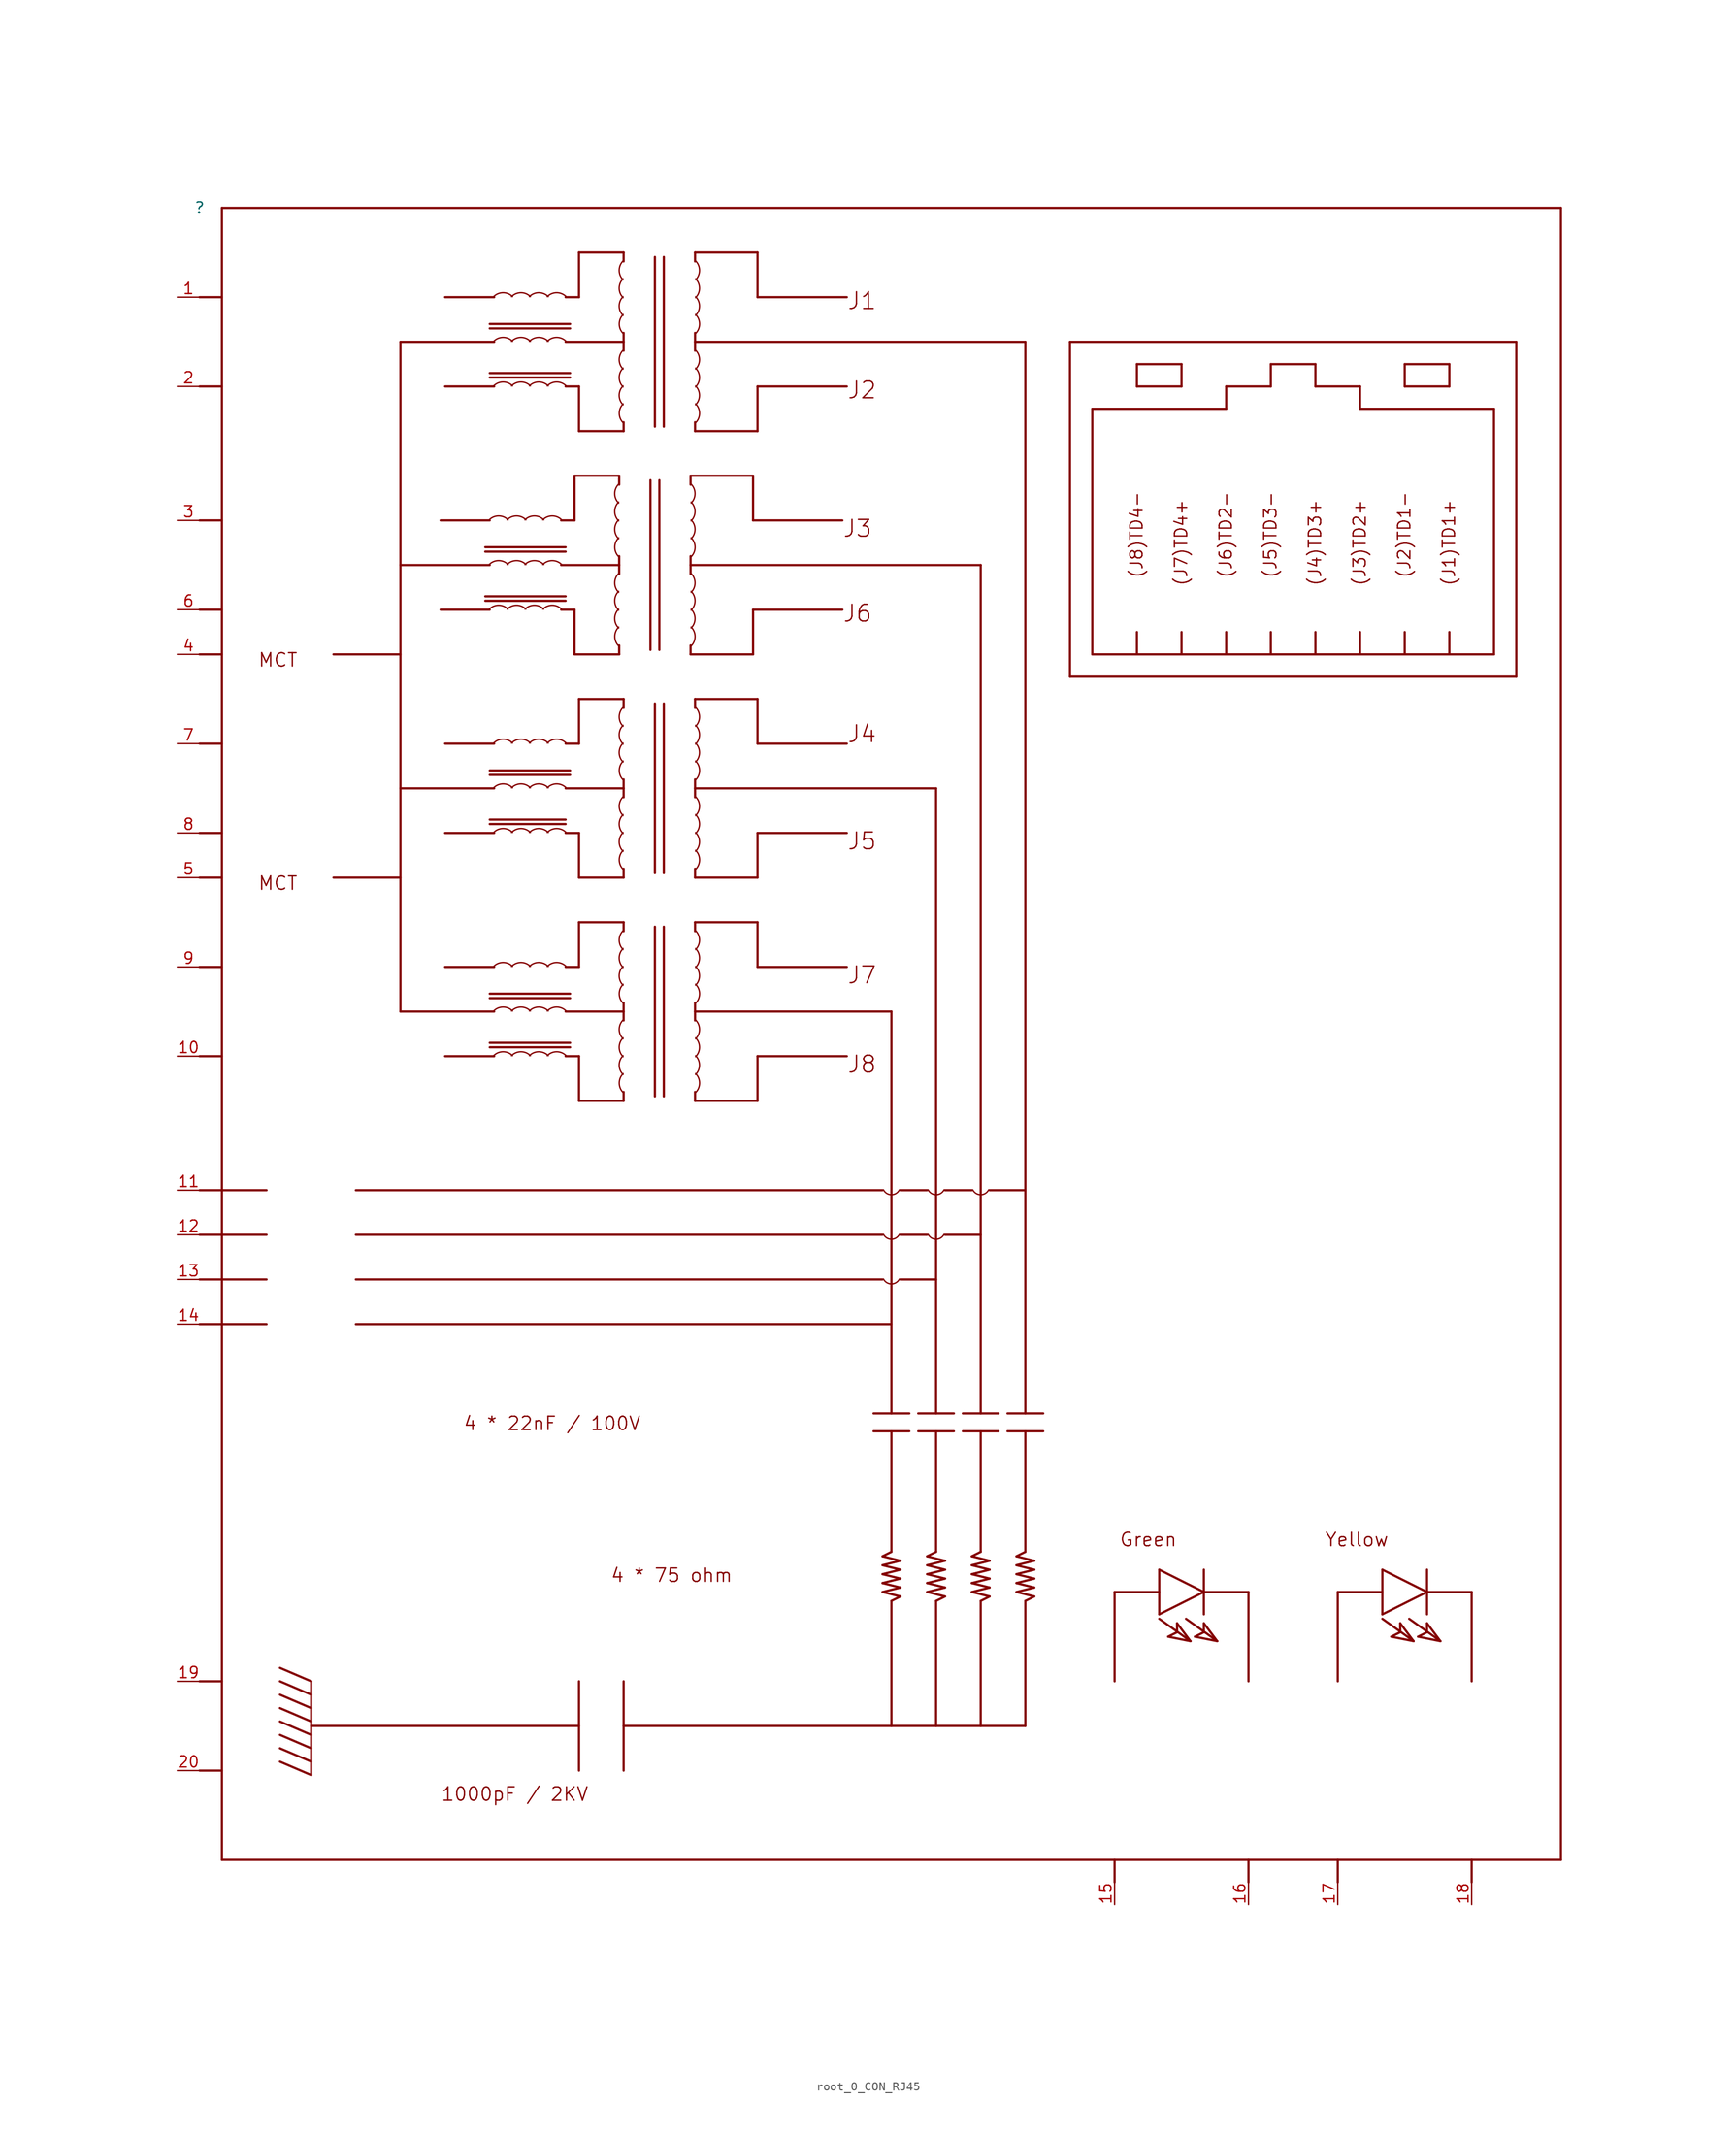
<source format=kicad_sym>
(kicad_symbol_lib
  (version 20220914)
  (generator kicad_symbol_editor)
  (symbol "root_0_CON_RJ45"
    (property "Reference" ""
      (at 0 0 0)
      (effects (font (size 1.27 1.27))))
    (property "Value" ""
      (at 0 0 0)
      (effects (font (size 1.27 1.27))))
    (symbol "root_0_CON_RJ45_1_0"
      (polyline (pts (xy 0 -177.8) (xy 2.54 -177.8)) (stroke (width 0.254) (type solid)) (fill (type none)))
      (polyline (pts (xy 0 -167.64) (xy 2.54 -167.64)) (stroke (width 0.254) (type solid)) (fill (type none)))
      (polyline (pts (xy 0 -127) (xy 7.62 -127)) (stroke (width 0.254) (type solid)) (fill (type none)))
      (polyline (pts (xy 0 -121.92) (xy 7.62 -121.92)) (stroke (width 0.254) (type solid)) (fill (type none)))
      (polyline (pts (xy 0 -116.84) (xy 7.62 -116.84)) (stroke (width 0.254) (type solid)) (fill (type none)))
      (polyline (pts (xy 0 -111.76) (xy 7.62 -111.76)) (stroke (width 0.254) (type solid)) (fill (type none)))
      (polyline (pts (xy 0 -96.52) (xy 2.54 -96.52)) (stroke (width 0.254) (type solid)) (fill (type none)))
      (polyline (pts (xy 0 -86.36) (xy 2.54 -86.36)) (stroke (width 0.254) (type solid)) (fill (type none)))
      (polyline (pts (xy 0 -76.2) (xy 2.54 -76.2)) (stroke (width 0.254) (type solid)) (fill (type none)))
      (polyline (pts (xy 0 -71.12) (xy 2.54 -71.12)) (stroke (width 0.254) (type solid)) (fill (type none)))
      (polyline (pts (xy 0 -60.96) (xy 2.54 -60.96)) (stroke (width 0.254) (type solid)) (fill (type none)))
      (polyline (pts (xy 0 -50.8) (xy 2.54 -50.8)) (stroke (width 0.254) (type solid)) (fill (type none)))
      (polyline (pts (xy 0 -45.72) (xy 2.54 -45.72)) (stroke (width 0.254) (type solid)) (fill (type none)))
      (polyline (pts (xy 0 -35.56) (xy 2.54 -35.56)) (stroke (width 0.254) (type solid)) (fill (type none)))
      (polyline (pts (xy 0 -20.32) (xy 2.54 -20.32)) (stroke (width 0.254) (type solid)) (fill (type none)))
      (polyline (pts (xy 0 -10.16) (xy 2.54 -10.16)) (stroke (width 0.254) (type solid)) (fill (type none)))
      (polyline (pts (xy 2.54 0) (xy 2.54 -187.96)) (stroke (width 0.254) (type solid)) (fill (type none)))
      (polyline (pts (xy 12.7 -178.308) (xy 9.144 -176.784)) (stroke (width 0.254) (type solid)) (fill (type none)))
      (polyline (pts (xy 12.7 -176.784) (xy 9.144 -175.26)) (stroke (width 0.254) (type solid)) (fill (type none)))
      (polyline (pts (xy 12.7 -175.26) (xy 9.144 -173.736)) (stroke (width 0.254) (type solid)) (fill (type none)))
      (polyline (pts (xy 12.7 -173.736) (xy 9.144 -172.212)) (stroke (width 0.254) (type solid)) (fill (type none)))
      (polyline (pts (xy 12.7 -172.212) (xy 9.144 -170.688)) (stroke (width 0.254) (type solid)) (fill (type none)))
      (polyline (pts (xy 12.7 -170.688) (xy 9.144 -169.164)) (stroke (width 0.254) (type solid)) (fill (type none)))
      (polyline (pts (xy 12.7 -169.164) (xy 9.144 -167.64)) (stroke (width 0.254) (type solid)) (fill (type none)))
      (polyline (pts (xy 12.7 -167.64) (xy 9.144 -166.116)) (stroke (width 0.254) (type solid)) (fill (type none)))
      (polyline (pts (xy 12.7 -167.64) (xy 12.7 -178.308)) (stroke (width 0.254) (type solid)) (fill (type none)))
      (polyline (pts (xy 15.24 -76.2) (xy 22.86 -76.2)) (stroke (width 0.254) (type solid)) (fill (type none)))
      (polyline (pts (xy 15.24 -50.8) (xy 22.86 -50.8)) (stroke (width 0.254) (type solid)) (fill (type none)))
      (polyline (pts (xy 17.78 -127) (xy 78.74 -127)) (stroke (width 0.254) (type solid)) (fill (type none)))
      (polyline (pts (xy 17.78 -121.92) (xy 77.724 -121.92)) (stroke (width 0.254) (type solid)) (fill (type none)))
      (polyline (pts (xy 17.78 -116.84) (xy 77.724 -116.84)) (stroke (width 0.254) (type solid)) (fill (type none)))
      (polyline (pts (xy 17.78 -111.76) (xy 77.724 -111.76)) (stroke (width 0.254) (type solid)) (fill (type none)))
      (polyline (pts (xy 22.86 -91.44) (xy 33.528 -91.44)) (stroke (width 0.254) (type solid)) (fill (type none)))
      (polyline (pts (xy 22.86 -15.24) (xy 22.86 -91.44)) (stroke (width 0.254) (type solid)) (fill (type none)))
      (polyline (pts (xy 22.86 -15.24) (xy 33.528 -15.24)) (stroke (width 0.254) (type solid)) (fill (type none)))
      (polyline (pts (xy 27.432 -45.72) (xy 33.02 -45.72)) (stroke (width 0.254) (type solid)) (fill (type none)))
      (polyline (pts (xy 27.432 -35.56) (xy 33.02 -35.56)) (stroke (width 0.254) (type solid)) (fill (type none)))
      (polyline (pts (xy 27.94 -96.52) (xy 33.528 -96.52)) (stroke (width 0.254) (type solid)) (fill (type none)))
      (polyline (pts (xy 27.94 -86.36) (xy 33.528 -86.36)) (stroke (width 0.254) (type solid)) (fill (type none)))
      (polyline (pts (xy 27.94 -71.12) (xy 33.528 -71.12)) (stroke (width 0.254) (type solid)) (fill (type none)))
      (polyline (pts (xy 27.94 -60.96) (xy 33.528 -60.96)) (stroke (width 0.254) (type solid)) (fill (type none)))
      (polyline (pts (xy 27.94 -20.32) (xy 33.528 -20.32)) (stroke (width 0.254) (type solid)) (fill (type none)))
      (polyline (pts (xy 27.94 -10.16) (xy 33.528 -10.16)) (stroke (width 0.254) (type solid)) (fill (type none)))
      (polyline (pts (xy 32.512 -44.704) (xy 41.656 -44.704)) (stroke (width 0.254) (type solid)) (fill (type none)))
      (polyline (pts (xy 32.512 -44.196) (xy 41.656 -44.196)) (stroke (width 0.254) (type solid)) (fill (type none)))
      (polyline (pts (xy 32.512 -39.116) (xy 41.656 -39.116)) (stroke (width 0.254) (type solid)) (fill (type none)))
      (polyline (pts (xy 32.512 -38.608) (xy 41.656 -38.608)) (stroke (width 0.254) (type solid)) (fill (type none)))
      (polyline (pts (xy 33.02 -95.504) (xy 42.164 -95.504)) (stroke (width 0.254) (type solid)) (fill (type none)))
      (polyline (pts (xy 33.02 -94.996) (xy 42.164 -94.996)) (stroke (width 0.254) (type solid)) (fill (type none)))
      (polyline (pts (xy 33.02 -89.916) (xy 42.164 -89.916)) (stroke (width 0.254) (type solid)) (fill (type none)))
      (polyline (pts (xy 33.02 -89.408) (xy 42.164 -89.408)) (stroke (width 0.254) (type solid)) (fill (type none)))
      (polyline (pts (xy 33.02 -70.104) (xy 41.656 -70.104)) (stroke (width 0.254) (type solid)) (fill (type none)))
      (polyline (pts (xy 33.02 -69.596) (xy 41.656 -69.596)) (stroke (width 0.254) (type solid)) (fill (type none)))
      (polyline (pts (xy 33.02 -64.516) (xy 42.164 -64.516)) (stroke (width 0.254) (type solid)) (fill (type none)))
      (polyline (pts (xy 33.02 -64.008) (xy 42.164 -64.008)) (stroke (width 0.254) (type solid)) (fill (type none)))
      (polyline (pts (xy 33.02 -40.64) (xy 22.86 -40.64)) (stroke (width 0.254) (type solid)) (fill (type none)))
      (polyline (pts (xy 33.02 -19.304) (xy 42.164 -19.304)) (stroke (width 0.254) (type solid)) (fill (type none)))
      (polyline (pts (xy 33.02 -18.796) (xy 42.164 -18.796)) (stroke (width 0.254) (type solid)) (fill (type none)))
      (polyline (pts (xy 33.02 -13.716) (xy 42.164 -13.716)) (stroke (width 0.254) (type solid)) (fill (type none)))
      (polyline (pts (xy 33.02 -13.208) (xy 42.164 -13.208)) (stroke (width 0.254) (type solid)) (fill (type none)))
      (polyline (pts (xy 33.528 -66.04) (xy 22.86 -66.04)) (stroke (width 0.254) (type solid)) (fill (type none)))
      (polyline (pts (xy 41.148 -45.72) (xy 42.672 -45.72)) (stroke (width 0.254) (type solid)) (fill (type none)))
      (polyline (pts (xy 41.148 -40.64) (xy 47.752 -40.64)) (stroke (width 0.254) (type solid)) (fill (type none)))
      (polyline (pts (xy 41.656 -96.52) (xy 43.18 -96.52)) (stroke (width 0.254) (type solid)) (fill (type none)))
      (polyline (pts (xy 41.656 -91.44) (xy 48.26 -91.44)) (stroke (width 0.254) (type solid)) (fill (type none)))
      (polyline (pts (xy 41.656 -71.12) (xy 43.18 -71.12)) (stroke (width 0.254) (type solid)) (fill (type none)))
      (polyline (pts (xy 41.656 -66.04) (xy 48.26 -66.04)) (stroke (width 0.254) (type solid)) (fill (type none)))
      (polyline (pts (xy 41.656 -20.32) (xy 43.18 -20.32)) (stroke (width 0.254) (type solid)) (fill (type none)))
      (polyline (pts (xy 41.656 -15.24) (xy 48.26 -15.24)) (stroke (width 0.254) (type solid)) (fill (type none)))
      (polyline (pts (xy 42.672 -50.8) (xy 47.752 -50.8)) (stroke (width 0.254) (type solid)) (fill (type none)))
      (polyline (pts (xy 42.672 -45.72) (xy 42.672 -50.8)) (stroke (width 0.254) (type solid)) (fill (type none)))
      (polyline (pts (xy 42.672 -35.56) (xy 41.148 -35.56)) (stroke (width 0.254) (type solid)) (fill (type none)))
      (polyline (pts (xy 42.672 -35.56) (xy 42.672 -30.48)) (stroke (width 0.254) (type solid)) (fill (type none)))
      (polyline (pts (xy 42.672 -30.48) (xy 47.752 -30.48)) (stroke (width 0.254) (type solid)) (fill (type none)))
      (polyline (pts (xy 43.18 -172.72) (xy 12.7 -172.72)) (stroke (width 0.254) (type solid)) (fill (type none)))
      (polyline (pts (xy 43.18 -167.64) (xy 43.18 -177.8)) (stroke (width 0.254) (type solid)) (fill (type none)))
      (polyline (pts (xy 43.18 -101.6) (xy 48.26 -101.6)) (stroke (width 0.254) (type solid)) (fill (type none)))
      (polyline (pts (xy 43.18 -96.52) (xy 43.18 -101.6)) (stroke (width 0.254) (type solid)) (fill (type none)))
      (polyline (pts (xy 43.18 -86.36) (xy 41.656 -86.36)) (stroke (width 0.254) (type solid)) (fill (type none)))
      (polyline (pts (xy 43.18 -86.36) (xy 43.18 -81.28)) (stroke (width 0.254) (type solid)) (fill (type none)))
      (polyline (pts (xy 43.18 -81.28) (xy 48.26 -81.28)) (stroke (width 0.254) (type solid)) (fill (type none)))
      (polyline (pts (xy 43.18 -76.2) (xy 48.26 -76.2)) (stroke (width 0.254) (type solid)) (fill (type none)))
      (polyline (pts (xy 43.18 -71.12) (xy 43.18 -76.2)) (stroke (width 0.254) (type solid)) (fill (type none)))
      (polyline (pts (xy 43.18 -60.96) (xy 41.656 -60.96)) (stroke (width 0.254) (type solid)) (fill (type none)))
      (polyline (pts (xy 43.18 -60.96) (xy 43.18 -55.88)) (stroke (width 0.254) (type solid)) (fill (type none)))
      (polyline (pts (xy 43.18 -55.88) (xy 48.26 -55.88)) (stroke (width 0.254) (type solid)) (fill (type none)))
      (polyline (pts (xy 43.18 -25.4) (xy 48.26 -25.4)) (stroke (width 0.254) (type solid)) (fill (type none)))
      (polyline (pts (xy 43.18 -20.32) (xy 43.18 -25.4)) (stroke (width 0.254) (type solid)) (fill (type none)))
      (polyline (pts (xy 43.18 -10.16) (xy 41.656 -10.16)) (stroke (width 0.254) (type solid)) (fill (type none)))
      (polyline (pts (xy 43.18 -10.16) (xy 43.18 -5.08)) (stroke (width 0.254) (type solid)) (fill (type none)))
      (polyline (pts (xy 43.18 -5.08) (xy 48.26 -5.08)) (stroke (width 0.254) (type solid)) (fill (type none)))
      (polyline (pts (xy 47.752 -49.784) (xy 47.752 -50.8)) (stroke (width 0.254) (type solid)) (fill (type none)))
      (polyline (pts (xy 47.752 -39.624) (xy 47.752 -41.656)) (stroke (width 0.254) (type solid)) (fill (type none)))
      (polyline (pts (xy 47.752 -31.496) (xy 47.752 -30.48)) (stroke (width 0.254) (type solid)) (fill (type none)))
      (polyline (pts (xy 48.26 -167.64) (xy 48.26 -177.8)) (stroke (width 0.254) (type solid)) (fill (type none)))
      (polyline (pts (xy 48.26 -100.584) (xy 48.26 -101.6)) (stroke (width 0.254) (type solid)) (fill (type none)))
      (polyline (pts (xy 48.26 -92.456) (xy 48.26 -90.424)) (stroke (width 0.254) (type solid)) (fill (type none)))
      (polyline (pts (xy 48.26 -82.296) (xy 48.26 -81.28)) (stroke (width 0.254) (type solid)) (fill (type none)))
      (polyline (pts (xy 48.26 -75.184) (xy 48.26 -76.2)) (stroke (width 0.254) (type solid)) (fill (type none)))
      (polyline (pts (xy 48.26 -67.056) (xy 48.26 -65.024)) (stroke (width 0.254) (type solid)) (fill (type none)))
      (polyline (pts (xy 48.26 -56.896) (xy 48.26 -55.88)) (stroke (width 0.254) (type solid)) (fill (type none)))
      (polyline (pts (xy 48.26 -24.384) (xy 48.26 -25.4)) (stroke (width 0.254) (type solid)) (fill (type none)))
      (polyline (pts (xy 48.26 -16.256) (xy 48.26 -14.224)) (stroke (width 0.254) (type solid)) (fill (type none)))
      (polyline (pts (xy 48.26 -6.096) (xy 48.26 -5.08)) (stroke (width 0.254) (type solid)) (fill (type none)))
      (polyline (pts (xy 51.308 -30.988) (xy 51.308 -50.292)) (stroke (width 0.254) (type solid)) (fill (type none)))
      (polyline (pts (xy 51.816 -81.788) (xy 51.816 -101.092)) (stroke (width 0.254) (type solid)) (fill (type none)))
      (polyline (pts (xy 51.816 -56.388) (xy 51.816 -75.692)) (stroke (width 0.254) (type solid)) (fill (type none)))
      (polyline (pts (xy 51.816 -5.588) (xy 51.816 -24.892)) (stroke (width 0.254) (type solid)) (fill (type none)))
      (polyline (pts (xy 52.324 -30.988) (xy 52.324 -50.292)) (stroke (width 0.254) (type solid)) (fill (type none)))
      (polyline (pts (xy 52.832 -81.788) (xy 52.832 -101.092)) (stroke (width 0.254) (type solid)) (fill (type none)))
      (polyline (pts (xy 52.832 -56.388) (xy 52.832 -75.692)) (stroke (width 0.254) (type solid)) (fill (type none)))
      (polyline (pts (xy 52.832 -5.588) (xy 52.832 -24.892)) (stroke (width 0.254) (type solid)) (fill (type none)))
      (polyline (pts (xy 55.88 -50.8) (xy 62.992 -50.8)) (stroke (width 0.254) (type solid)) (fill (type none)))
      (polyline (pts (xy 55.88 -49.784) (xy 55.88 -50.8)) (stroke (width 0.254) (type solid)) (fill (type none)))
      (polyline (pts (xy 55.88 -41.656) (xy 55.88 -39.624)) (stroke (width 0.254) (type solid)) (fill (type none)))
      (polyline (pts (xy 55.88 -40.64) (xy 88.9 -40.64)) (stroke (width 0.254) (type solid)) (fill (type none)))
      (polyline (pts (xy 55.88 -31.496) (xy 55.88 -30.48)) (stroke (width 0.254) (type solid)) (fill (type none)))
      (polyline (pts (xy 55.88 -30.48) (xy 62.992 -30.48)) (stroke (width 0.254) (type solid)) (fill (type none)))
      (polyline (pts (xy 56.388 -101.6) (xy 63.5 -101.6)) (stroke (width 0.254) (type solid)) (fill (type none)))
      (polyline (pts (xy 56.388 -100.584) (xy 56.388 -101.6)) (stroke (width 0.254) (type solid)) (fill (type none)))
      (polyline (pts (xy 56.388 -92.456) (xy 56.388 -90.424)) (stroke (width 0.254) (type solid)) (fill (type none)))
      (polyline (pts (xy 56.388 -82.296) (xy 56.388 -81.28)) (stroke (width 0.254) (type solid)) (fill (type none)))
      (polyline (pts (xy 56.388 -81.28) (xy 63.5 -81.28)) (stroke (width 0.254) (type solid)) (fill (type none)))
      (polyline (pts (xy 56.388 -76.2) (xy 63.5 -76.2)) (stroke (width 0.254) (type solid)) (fill (type none)))
      (polyline (pts (xy 56.388 -75.184) (xy 56.388 -76.2)) (stroke (width 0.254) (type solid)) (fill (type none)))
      (polyline (pts (xy 56.388 -67.056) (xy 56.388 -65.024)) (stroke (width 0.254) (type solid)) (fill (type none)))
      (polyline (pts (xy 56.388 -56.896) (xy 56.388 -55.88)) (stroke (width 0.254) (type solid)) (fill (type none)))
      (polyline (pts (xy 56.388 -55.88) (xy 63.5 -55.88)) (stroke (width 0.254) (type solid)) (fill (type none)))
      (polyline (pts (xy 56.388 -25.4) (xy 63.5 -25.4)) (stroke (width 0.254) (type solid)) (fill (type none)))
      (polyline (pts (xy 56.388 -24.384) (xy 56.388 -25.4)) (stroke (width 0.254) (type solid)) (fill (type none)))
      (polyline (pts (xy 56.388 -15.24) (xy 93.98 -15.24)) (stroke (width 0.254) (type solid)) (fill (type none)))
      (polyline (pts (xy 56.388 -14.224) (xy 56.388 -16.256)) (stroke (width 0.254) (type solid)) (fill (type none)))
      (polyline (pts (xy 56.388 -6.096) (xy 56.388 -5.08)) (stroke (width 0.254) (type solid)) (fill (type none)))
      (polyline (pts (xy 56.388 -5.08) (xy 63.5 -5.08)) (stroke (width 0.254) (type solid)) (fill (type none)))
      (polyline (pts (xy 62.992 -45.72) (xy 62.992 -50.8)) (stroke (width 0.254) (type solid)) (fill (type none)))
      (polyline (pts (xy 62.992 -45.72) (xy 73.152 -45.72)) (stroke (width 0.254) (type solid)) (fill (type none)))
      (polyline (pts (xy 62.992 -35.56) (xy 62.992 -30.48)) (stroke (width 0.254) (type solid)) (fill (type none)))
      (polyline (pts (xy 62.992 -35.56) (xy 73.152 -35.56)) (stroke (width 0.254) (type solid)) (fill (type none)))
      (polyline (pts (xy 63.5 -101.6) (xy 63.5 -96.52)) (stroke (width 0.254) (type solid)) (fill (type none)))
      (polyline (pts (xy 63.5 -96.52) (xy 73.66 -96.52)) (stroke (width 0.254) (type solid)) (fill (type none)))
      (polyline (pts (xy 63.5 -86.36) (xy 63.5 -81.28)) (stroke (width 0.254) (type solid)) (fill (type none)))
      (polyline (pts (xy 63.5 -86.36) (xy 73.66 -86.36)) (stroke (width 0.254) (type solid)) (fill (type none)))
      (polyline (pts (xy 63.5 -71.12) (xy 63.5 -76.2)) (stroke (width 0.254) (type solid)) (fill (type none)))
      (polyline (pts (xy 63.5 -71.12) (xy 73.66 -71.12)) (stroke (width 0.254) (type solid)) (fill (type none)))
      (polyline (pts (xy 63.5 -60.96) (xy 63.5 -55.88)) (stroke (width 0.254) (type solid)) (fill (type none)))
      (polyline (pts (xy 63.5 -60.96) (xy 73.66 -60.96)) (stroke (width 0.254) (type solid)) (fill (type none)))
      (polyline (pts (xy 63.5 -20.32) (xy 63.5 -25.4)) (stroke (width 0.254) (type solid)) (fill (type none)))
      (polyline (pts (xy 63.5 -20.32) (xy 73.66 -20.32)) (stroke (width 0.254) (type solid)) (fill (type none)))
      (polyline (pts (xy 63.5 -10.16) (xy 63.5 -5.08)) (stroke (width 0.254) (type solid)) (fill (type none)))
      (polyline (pts (xy 63.5 -10.16) (xy 73.66 -10.16)) (stroke (width 0.254) (type solid)) (fill (type none)))
      (polyline (pts (xy 76.708 -137.16) (xy 80.772 -137.16)) (stroke (width 0.254) (type solid)) (fill (type none)))
      (polyline (pts (xy 77.724 -157.48) (xy 79.756 -157.988)) (stroke (width 0.254) (type solid)) (fill (type none)))
      (polyline (pts (xy 77.724 -156.464) (xy 79.756 -156.972)) (stroke (width 0.254) (type solid)) (fill (type none)))
      (polyline (pts (xy 77.724 -155.448) (xy 79.756 -155.956)) (stroke (width 0.254) (type solid)) (fill (type none)))
      (polyline (pts (xy 77.724 -154.432) (xy 79.756 -154.94)) (stroke (width 0.254) (type solid)) (fill (type none)))
      (polyline (pts (xy 77.724 -153.416) (xy 78.74 -152.908)) (stroke (width 0.254) (type solid)) (fill (type none)))
      (polyline (pts (xy 77.724 -153.416) (xy 79.756 -153.924)) (stroke (width 0.254) (type solid)) (fill (type none)))
      (polyline (pts (xy 78.74 -172.72) (xy 78.74 -158.496)) (stroke (width 0.254) (type solid)) (fill (type none)))
      (polyline (pts (xy 78.74 -139.192) (xy 78.74 -152.908)) (stroke (width 0.254) (type solid)) (fill (type none)))
      (polyline (pts (xy 78.74 -91.44) (xy 56.388 -91.44)) (stroke (width 0.254) (type solid)) (fill (type none)))
      (polyline (pts (xy 78.74 -91.44) (xy 78.74 -137.16)) (stroke (width 0.254) (type solid)) (fill (type none)))
      (polyline (pts (xy 79.756 -157.988) (xy 78.74 -158.496)) (stroke (width 0.254) (type solid)) (fill (type none)))
      (polyline (pts (xy 79.756 -156.972) (xy 77.724 -157.48)) (stroke (width 0.254) (type solid)) (fill (type none)))
      (polyline (pts (xy 79.756 -155.956) (xy 77.724 -156.464)) (stroke (width 0.254) (type solid)) (fill (type none)))
      (polyline (pts (xy 79.756 -154.94) (xy 77.724 -155.448)) (stroke (width 0.254) (type solid)) (fill (type none)))
      (polyline (pts (xy 79.756 -153.924) (xy 77.724 -154.432)) (stroke (width 0.254) (type solid)) (fill (type none)))
      (polyline (pts (xy 79.756 -121.92) (xy 83.82 -121.92)) (stroke (width 0.254) (type solid)) (fill (type none)))
      (polyline (pts (xy 79.756 -116.84) (xy 82.804 -116.84)) (stroke (width 0.254) (type solid)) (fill (type none)))
      (polyline (pts (xy 80.772 -139.192) (xy 76.708 -139.192)) (stroke (width 0.254) (type solid)) (fill (type none)))
      (polyline (pts (xy 81.788 -139.192) (xy 85.852 -139.192)) (stroke (width 0.254) (type solid)) (fill (type none)))
      (polyline (pts (xy 81.788 -137.16) (xy 85.852 -137.16)) (stroke (width 0.254) (type solid)) (fill (type none)))
      (polyline (pts (xy 82.804 -157.48) (xy 84.836 -157.988)) (stroke (width 0.254) (type solid)) (fill (type none)))
      (polyline (pts (xy 82.804 -156.464) (xy 84.836 -156.972)) (stroke (width 0.254) (type solid)) (fill (type none)))
      (polyline (pts (xy 82.804 -155.448) (xy 84.836 -155.956)) (stroke (width 0.254) (type solid)) (fill (type none)))
      (polyline (pts (xy 82.804 -154.432) (xy 84.836 -154.94)) (stroke (width 0.254) (type solid)) (fill (type none)))
      (polyline (pts (xy 82.804 -153.416) (xy 83.82 -152.908)) (stroke (width 0.254) (type solid)) (fill (type none)))
      (polyline (pts (xy 82.804 -153.416) (xy 84.836 -153.924)) (stroke (width 0.254) (type solid)) (fill (type none)))
      (polyline (pts (xy 82.804 -111.76) (xy 79.756 -111.76)) (stroke (width 0.254) (type solid)) (fill (type none)))
      (polyline (pts (xy 83.82 -172.72) (xy 83.82 -158.496)) (stroke (width 0.254) (type solid)) (fill (type none)))
      (polyline (pts (xy 83.82 -139.192) (xy 83.82 -152.908)) (stroke (width 0.254) (type solid)) (fill (type none)))
      (polyline (pts (xy 83.82 -66.04) (xy 56.388 -66.04)) (stroke (width 0.254) (type solid)) (fill (type none)))
      (polyline (pts (xy 83.82 -66.04) (xy 83.82 -137.16)) (stroke (width 0.254) (type solid)) (fill (type none)))
      (polyline (pts (xy 84.836 -157.988) (xy 83.82 -158.496)) (stroke (width 0.254) (type solid)) (fill (type none)))
      (polyline (pts (xy 84.836 -156.972) (xy 82.804 -157.48)) (stroke (width 0.254) (type solid)) (fill (type none)))
      (polyline (pts (xy 84.836 -155.956) (xy 82.804 -156.464)) (stroke (width 0.254) (type solid)) (fill (type none)))
      (polyline (pts (xy 84.836 -154.94) (xy 82.804 -155.448)) (stroke (width 0.254) (type solid)) (fill (type none)))
      (polyline (pts (xy 84.836 -153.924) (xy 82.804 -154.432)) (stroke (width 0.254) (type solid)) (fill (type none)))
      (polyline (pts (xy 84.836 -116.84) (xy 88.9 -116.84)) (stroke (width 0.254) (type solid)) (fill (type none)))
      (polyline (pts (xy 86.868 -139.192) (xy 90.932 -139.192)) (stroke (width 0.254) (type solid)) (fill (type none)))
      (polyline (pts (xy 86.868 -137.16) (xy 90.932 -137.16)) (stroke (width 0.254) (type solid)) (fill (type none)))
      (polyline (pts (xy 87.884 -157.48) (xy 89.916 -157.988)) (stroke (width 0.254) (type solid)) (fill (type none)))
      (polyline (pts (xy 87.884 -156.464) (xy 89.916 -156.972)) (stroke (width 0.254) (type solid)) (fill (type none)))
      (polyline (pts (xy 87.884 -155.448) (xy 89.916 -155.956)) (stroke (width 0.254) (type solid)) (fill (type none)))
      (polyline (pts (xy 87.884 -154.432) (xy 89.916 -154.94)) (stroke (width 0.254) (type solid)) (fill (type none)))
      (polyline (pts (xy 87.884 -153.416) (xy 88.9 -152.908)) (stroke (width 0.254) (type solid)) (fill (type none)))
      (polyline (pts (xy 87.884 -153.416) (xy 89.916 -153.924)) (stroke (width 0.254) (type solid)) (fill (type none)))
      (polyline (pts (xy 87.884 -111.76) (xy 84.836 -111.76)) (stroke (width 0.254) (type solid)) (fill (type none)))
      (polyline (pts (xy 88.9 -172.72) (xy 88.9 -158.496)) (stroke (width 0.254) (type solid)) (fill (type none)))
      (polyline (pts (xy 88.9 -139.192) (xy 88.9 -152.908)) (stroke (width 0.254) (type solid)) (fill (type none)))
      (polyline (pts (xy 88.9 -40.64) (xy 88.9 -137.16)) (stroke (width 0.254) (type solid)) (fill (type none)))
      (polyline (pts (xy 89.916 -157.988) (xy 88.9 -158.496)) (stroke (width 0.254) (type solid)) (fill (type none)))
      (polyline (pts (xy 89.916 -156.972) (xy 87.884 -157.48)) (stroke (width 0.254) (type solid)) (fill (type none)))
      (polyline (pts (xy 89.916 -155.956) (xy 87.884 -156.464)) (stroke (width 0.254) (type solid)) (fill (type none)))
      (polyline (pts (xy 89.916 -154.94) (xy 87.884 -155.448)) (stroke (width 0.254) (type solid)) (fill (type none)))
      (polyline (pts (xy 89.916 -153.924) (xy 87.884 -154.432)) (stroke (width 0.254) (type solid)) (fill (type none)))
      (polyline (pts (xy 91.948 -139.192) (xy 96.012 -139.192)) (stroke (width 0.254) (type solid)) (fill (type none)))
      (polyline (pts (xy 91.948 -137.16) (xy 96.012 -137.16)) (stroke (width 0.254) (type solid)) (fill (type none)))
      (polyline (pts (xy 92.964 -157.48) (xy 94.996 -157.988)) (stroke (width 0.254) (type solid)) (fill (type none)))
      (polyline (pts (xy 92.964 -156.464) (xy 94.996 -156.972)) (stroke (width 0.254) (type solid)) (fill (type none)))
      (polyline (pts (xy 92.964 -155.448) (xy 94.996 -155.956)) (stroke (width 0.254) (type solid)) (fill (type none)))
      (polyline (pts (xy 92.964 -154.432) (xy 94.996 -154.94)) (stroke (width 0.254) (type solid)) (fill (type none)))
      (polyline (pts (xy 92.964 -153.416) (xy 93.98 -152.908)) (stroke (width 0.254) (type solid)) (fill (type none)))
      (polyline (pts (xy 92.964 -153.416) (xy 94.996 -153.924)) (stroke (width 0.254) (type solid)) (fill (type none)))
      (polyline (pts (xy 93.98 -172.72) (xy 48.26 -172.72)) (stroke (width 0.254) (type solid)) (fill (type none)))
      (polyline (pts (xy 93.98 -172.72) (xy 93.98 -158.496)) (stroke (width 0.254) (type solid)) (fill (type none)))
      (polyline (pts (xy 93.98 -139.192) (xy 93.98 -152.908)) (stroke (width 0.254) (type solid)) (fill (type none)))
      (polyline (pts (xy 93.98 -111.76) (xy 89.916 -111.76)) (stroke (width 0.254) (type solid)) (fill (type none)))
      (polyline (pts (xy 93.98 -15.24) (xy 93.98 -137.16)) (stroke (width 0.254) (type solid)) (fill (type none)))
      (polyline (pts (xy 94.996 -157.988) (xy 93.98 -158.496)) (stroke (width 0.254) (type solid)) (fill (type none)))
      (polyline (pts (xy 94.996 -156.972) (xy 92.964 -157.48)) (stroke (width 0.254) (type solid)) (fill (type none)))
      (polyline (pts (xy 94.996 -155.956) (xy 92.964 -156.464)) (stroke (width 0.254) (type solid)) (fill (type none)))
      (polyline (pts (xy 94.996 -154.94) (xy 92.964 -155.448)) (stroke (width 0.254) (type solid)) (fill (type none)))
      (polyline (pts (xy 94.996 -153.924) (xy 92.964 -154.432)) (stroke (width 0.254) (type solid)) (fill (type none)))
      (polyline (pts (xy 99.06 -53.34) (xy 149.86 -53.34)) (stroke (width 0.254) (type solid)) (fill (type none)))
      (polyline (pts (xy 99.06 -15.24) (xy 99.06 -53.34)) (stroke (width 0.254) (type solid)) (fill (type none)))
      (polyline (pts (xy 99.06 -15.24) (xy 149.86 -15.24)) (stroke (width 0.254) (type solid)) (fill (type none)))
      (polyline (pts (xy 101.6 -22.86) (xy 101.6 -50.8)) (stroke (width 0.254) (type solid)) (fill (type none)))
      (polyline (pts (xy 104.14 -187.96) (xy 104.14 -190.5)) (stroke (width 0.254) (type solid)) (fill (type none)))
      (polyline (pts (xy 104.14 -157.48) (xy 104.14 -167.64)) (stroke (width 0.254) (type solid)) (fill (type none)))
      (polyline (pts (xy 106.68 -48.26) (xy 106.68 -50.8)) (stroke (width 0.254) (type solid)) (fill (type none)))
      (polyline (pts (xy 106.68 -20.32) (xy 111.76 -20.32)) (stroke (width 0.254) (type solid)) (fill (type none)))
      (polyline (pts (xy 106.68 -17.78) (xy 106.68 -20.32)) (stroke (width 0.254) (type solid)) (fill (type none)))
      (polyline (pts (xy 109.22 -160.02) (xy 109.22 -154.94)) (stroke (width 0.254) (type solid)) (fill (type none)))
      (polyline (pts (xy 109.22 -157.48) (xy 104.14 -157.48)) (stroke (width 0.254) (type solid)) (fill (type none)))
      (polyline (pts (xy 109.22 -154.94) (xy 114.3 -157.48)) (stroke (width 0.254) (type solid)) (fill (type none)))
      (polyline (pts (xy 110.236 -162.56) (xy 111.252 -162.052)) (stroke (width 0.254) (type solid)) (fill (type none)))
      (polyline (pts (xy 111.252 -162.052) (xy 111.252 -161.036)) (stroke (width 0.254) (type solid)) (fill (type none)))
      (polyline (pts (xy 111.76 -48.26) (xy 111.76 -50.8)) (stroke (width 0.254) (type solid)) (fill (type none)))
      (polyline (pts (xy 111.76 -20.32) (xy 111.76 -17.78)) (stroke (width 0.254) (type solid)) (fill (type none)))
      (polyline (pts (xy 111.76 -17.78) (xy 106.68 -17.78)) (stroke (width 0.254) (type solid)) (fill (type none)))
      (polyline (pts (xy 112.776 -163.068) (xy 109.22 -160.528)) (stroke (width 0.254) (type solid)) (fill (type none)))
      (polyline (pts (xy 112.776 -163.068) (xy 110.236 -162.56)) (stroke (width 0.254) (type solid)) (fill (type none)))
      (polyline (pts (xy 112.776 -163.068) (xy 111.252 -161.036)) (stroke (width 0.254) (type solid)) (fill (type none)))
      (polyline (pts (xy 113.284 -162.56) (xy 114.3 -162.052)) (stroke (width 0.254) (type solid)) (fill (type none)))
      (polyline (pts (xy 114.3 -162.052) (xy 114.3 -161.036)) (stroke (width 0.254) (type solid)) (fill (type none)))
      (polyline (pts (xy 114.3 -160.02) (xy 114.3 -154.94)) (stroke (width 0.254) (type solid)) (fill (type none)))
      (polyline (pts (xy 114.3 -157.48) (xy 109.22 -160.02)) (stroke (width 0.254) (type solid)) (fill (type none)))
      (polyline (pts (xy 114.3 -157.48) (xy 119.38 -157.48)) (stroke (width 0.254) (type solid)) (fill (type none)))
      (polyline (pts (xy 115.824 -163.068) (xy 112.268 -160.528)) (stroke (width 0.254) (type solid)) (fill (type none)))
      (polyline (pts (xy 115.824 -163.068) (xy 113.284 -162.56)) (stroke (width 0.254) (type solid)) (fill (type none)))
      (polyline (pts (xy 115.824 -163.068) (xy 114.3 -161.036)) (stroke (width 0.254) (type solid)) (fill (type none)))
      (polyline (pts (xy 116.84 -48.26) (xy 116.84 -50.8)) (stroke (width 0.254) (type solid)) (fill (type none)))
      (polyline (pts (xy 116.84 -22.86) (xy 101.6 -22.86)) (stroke (width 0.254) (type solid)) (fill (type none)))
      (polyline (pts (xy 116.84 -20.32) (xy 116.84 -22.86)) (stroke (width 0.254) (type solid)) (fill (type none)))
      (polyline (pts (xy 119.38 -187.96) (xy 119.38 -190.5)) (stroke (width 0.254) (type solid)) (fill (type none)))
      (polyline (pts (xy 119.38 -157.48) (xy 119.38 -167.64)) (stroke (width 0.254) (type solid)) (fill (type none)))
      (polyline (pts (xy 121.92 -48.26) (xy 121.92 -50.8)) (stroke (width 0.254) (type solid)) (fill (type none)))
      (polyline (pts (xy 121.92 -20.32) (xy 116.84 -20.32)) (stroke (width 0.254) (type solid)) (fill (type none)))
      (polyline (pts (xy 121.92 -20.32) (xy 121.92 -17.78)) (stroke (width 0.254) (type solid)) (fill (type none)))
      (polyline (pts (xy 121.92 -17.78) (xy 127 -17.78)) (stroke (width 0.254) (type solid)) (fill (type none)))
      (polyline (pts (xy 127 -48.26) (xy 127 -50.8)) (stroke (width 0.254) (type solid)) (fill (type none)))
      (polyline (pts (xy 127 -17.78) (xy 127 -20.32)) (stroke (width 0.254) (type solid)) (fill (type none)))
      (polyline (pts (xy 129.54 -187.96) (xy 129.54 -190.5)) (stroke (width 0.254) (type solid)) (fill (type none)))
      (polyline (pts (xy 129.54 -157.48) (xy 129.54 -167.64)) (stroke (width 0.254) (type solid)) (fill (type none)))
      (polyline (pts (xy 132.08 -48.26) (xy 132.08 -50.8)) (stroke (width 0.254) (type solid)) (fill (type none)))
      (polyline (pts (xy 132.08 -22.86) (xy 132.08 -20.32)) (stroke (width 0.254) (type solid)) (fill (type none)))
      (polyline (pts (xy 132.08 -20.32) (xy 127 -20.32)) (stroke (width 0.254) (type solid)) (fill (type none)))
      (polyline (pts (xy 134.62 -157.48) (xy 129.54 -157.48)) (stroke (width 0.254) (type solid)) (fill (type none)))
      (polyline (pts (xy 134.62 -154.94) (xy 134.62 -160.02)) (stroke (width 0.254) (type solid)) (fill (type none)))
      (polyline (pts (xy 134.62 -154.94) (xy 139.7 -157.48)) (stroke (width 0.254) (type solid)) (fill (type none)))
      (polyline (pts (xy 135.636 -162.56) (xy 136.652 -162.052)) (stroke (width 0.254) (type solid)) (fill (type none)))
      (polyline (pts (xy 136.652 -162.052) (xy 136.652 -161.036)) (stroke (width 0.254) (type solid)) (fill (type none)))
      (polyline (pts (xy 137.16 -48.26) (xy 137.16 -50.8)) (stroke (width 0.254) (type solid)) (fill (type none)))
      (polyline (pts (xy 137.16 -20.32) (xy 142.24 -20.32)) (stroke (width 0.254) (type solid)) (fill (type none)))
      (polyline (pts (xy 137.16 -17.78) (xy 137.16 -20.32)) (stroke (width 0.254) (type solid)) (fill (type none)))
      (polyline (pts (xy 138.176 -163.068) (xy 134.62 -160.528)) (stroke (width 0.254) (type solid)) (fill (type none)))
      (polyline (pts (xy 138.176 -163.068) (xy 135.636 -162.56)) (stroke (width 0.254) (type solid)) (fill (type none)))
      (polyline (pts (xy 138.176 -163.068) (xy 136.652 -161.036)) (stroke (width 0.254) (type solid)) (fill (type none)))
      (polyline (pts (xy 138.684 -162.56) (xy 139.7 -162.052)) (stroke (width 0.254) (type solid)) (fill (type none)))
      (polyline (pts (xy 139.7 -162.052) (xy 139.7 -161.036)) (stroke (width 0.254) (type solid)) (fill (type none)))
      (polyline (pts (xy 139.7 -157.48) (xy 134.62 -160.02)) (stroke (width 0.254) (type solid)) (fill (type none)))
      (polyline (pts (xy 139.7 -157.48) (xy 144.78 -157.48)) (stroke (width 0.254) (type solid)) (fill (type none)))
      (polyline (pts (xy 139.7 -154.94) (xy 139.7 -160.02)) (stroke (width 0.254) (type solid)) (fill (type none)))
      (polyline (pts (xy 141.224 -163.068) (xy 137.668 -160.528)) (stroke (width 0.254) (type solid)) (fill (type none)))
      (polyline (pts (xy 141.224 -163.068) (xy 138.684 -162.56)) (stroke (width 0.254) (type solid)) (fill (type none)))
      (polyline (pts (xy 141.224 -163.068) (xy 139.7 -161.036)) (stroke (width 0.254) (type solid)) (fill (type none)))
      (polyline (pts (xy 142.24 -48.26) (xy 142.24 -50.8)) (stroke (width 0.254) (type solid)) (fill (type none)))
      (polyline (pts (xy 142.24 -20.32) (xy 142.24 -17.78)) (stroke (width 0.254) (type solid)) (fill (type none)))
      (polyline (pts (xy 142.24 -17.78) (xy 137.16 -17.78)) (stroke (width 0.254) (type solid)) (fill (type none)))
      (polyline (pts (xy 144.78 -187.96) (xy 144.78 -190.5)) (stroke (width 0.254) (type solid)) (fill (type none)))
      (polyline (pts (xy 144.78 -157.48) (xy 144.78 -167.64)) (stroke (width 0.254) (type solid)) (fill (type none)))
      (polyline (pts (xy 147.32 -50.8) (xy 101.6 -50.8)) (stroke (width 0.254) (type solid)) (fill (type none)))
      (polyline (pts (xy 147.32 -50.8) (xy 147.32 -22.86)) (stroke (width 0.254) (type solid)) (fill (type none)))
      (polyline (pts (xy 147.32 -22.86) (xy 132.08 -22.86)) (stroke (width 0.254) (type solid)) (fill (type none)))
      (polyline (pts (xy 149.86 -53.34) (xy 149.86 -15.24)) (stroke (width 0.254) (type solid)) (fill (type none)))
      (polyline (pts (xy 154.94 -187.96) (xy 2.54 -187.96)) (stroke (width 0.254) (type solid)) (fill (type none)))
      (polyline (pts (xy 154.94 -187.96) (xy 154.94 0)) (stroke (width 0.254) (type solid)) (fill (type none)))
      (polyline (pts (xy 154.94 0) (xy 2.54 0)) (stroke (width 0.254) (type solid)) (fill (type none)))
      (arc (start 35.1136 -45.6584) (mid 34.036 -45.212) (end 32.9584 -45.6584) (stroke (width 0) (type solid)) (fill (type none)))
      (arc (start 35.1136 -40.5784) (mid 34.036 -40.132) (end 32.9584 -40.5784) (stroke (width 0) (type solid)) (fill (type none)))
      (arc (start 35.1136 -35.4984) (mid 34.036 -35.052) (end 32.9584 -35.4984) (stroke (width 0) (type solid)) (fill (type none)))
      (arc (start 35.6216 -96.4584) (mid 34.544 -96.012) (end 33.4664 -96.4584) (stroke (width 0) (type solid)) (fill (type none)))
      (arc (start 35.6216 -91.3784) (mid 34.544 -90.932) (end 33.4664 -91.3784) (stroke (width 0) (type solid)) (fill (type none)))
      (arc (start 35.6216 -86.2984) (mid 34.544 -85.852) (end 33.4664 -86.2984) (stroke (width 0) (type solid)) (fill (type none)))
      (arc (start 35.6216 -71.0584) (mid 34.544 -70.612) (end 33.4664 -71.0584) (stroke (width 0) (type solid)) (fill (type none)))
      (arc (start 35.6216 -65.9784) (mid 34.544 -65.532) (end 33.4664 -65.9784) (stroke (width 0) (type solid)) (fill (type none)))
      (arc (start 35.6216 -60.8984) (mid 34.544 -60.452) (end 33.4664 -60.8984) (stroke (width 0) (type solid)) (fill (type none)))
      (arc (start 35.6216 -20.2584) (mid 34.544 -19.812) (end 33.4664 -20.2584) (stroke (width 0) (type solid)) (fill (type none)))
      (arc (start 35.6216 -15.1784) (mid 34.544 -14.732) (end 33.4664 -15.1784) (stroke (width 0) (type solid)) (fill (type none)))
      (arc (start 35.6216 -10.0984) (mid 34.544 -9.652) (end 33.4664 -10.0984) (stroke (width 0) (type solid)) (fill (type none)))
      (arc (start 37.1456 -45.6584) (mid 36.068 -45.212) (end 34.9904 -45.6584) (stroke (width 0) (type solid)) (fill (type none)))
      (arc (start 37.1456 -40.5784) (mid 36.068 -40.132) (end 34.9904 -40.5784) (stroke (width 0) (type solid)) (fill (type none)))
      (arc (start 37.1456 -35.4984) (mid 36.068 -35.052) (end 34.9904 -35.4984) (stroke (width 0) (type solid)) (fill (type none)))
      (arc (start 37.6536 -96.4584) (mid 36.576 -96.012) (end 35.4984 -96.4584) (stroke (width 0) (type solid)) (fill (type none)))
      (arc (start 37.6536 -91.3784) (mid 36.576 -90.932) (end 35.4984 -91.3784) (stroke (width 0) (type solid)) (fill (type none)))
      (arc (start 37.6536 -86.2984) (mid 36.576 -85.852) (end 35.4984 -86.2984) (stroke (width 0) (type solid)) (fill (type none)))
      (arc (start 37.6536 -71.0584) (mid 36.576 -70.612) (end 35.4984 -71.0584) (stroke (width 0) (type solid)) (fill (type none)))
      (arc (start 37.6536 -65.9784) (mid 36.576 -65.532) (end 35.4984 -65.9784) (stroke (width 0) (type solid)) (fill (type none)))
      (arc (start 37.6536 -60.8984) (mid 36.576 -60.452) (end 35.4984 -60.8984) (stroke (width 0) (type solid)) (fill (type none)))
      (arc (start 37.6536 -20.2584) (mid 36.576 -19.812) (end 35.4984 -20.2584) (stroke (width 0) (type solid)) (fill (type none)))
      (arc (start 37.6536 -15.1784) (mid 36.576 -14.732) (end 35.4984 -15.1784) (stroke (width 0) (type solid)) (fill (type none)))
      (arc (start 37.6536 -10.0984) (mid 36.576 -9.652) (end 35.4984 -10.0984) (stroke (width 0) (type solid)) (fill (type none)))
      (arc (start 39.1776 -45.6584) (mid 38.1 -45.212) (end 37.0224 -45.6584) (stroke (width 0) (type solid)) (fill (type none)))
      (arc (start 39.1776 -40.5784) (mid 38.1 -40.132) (end 37.0224 -40.5784) (stroke (width 0) (type solid)) (fill (type none)))
      (arc (start 39.1776 -35.4984) (mid 38.1 -35.052) (end 37.0224 -35.4984) (stroke (width 0) (type solid)) (fill (type none)))
      (arc (start 39.6856 -96.4584) (mid 38.608 -96.012) (end 37.5304 -96.4584) (stroke (width 0) (type solid)) (fill (type none)))
      (arc (start 39.6856 -91.3784) (mid 38.608 -90.932) (end 37.5304 -91.3784) (stroke (width 0) (type solid)) (fill (type none)))
      (arc (start 39.6856 -86.2984) (mid 38.608 -85.852) (end 37.5304 -86.2984) (stroke (width 0) (type solid)) (fill (type none)))
      (arc (start 39.6856 -71.0584) (mid 38.608 -70.612) (end 37.5304 -71.0584) (stroke (width 0) (type solid)) (fill (type none)))
      (arc (start 39.6856 -65.9784) (mid 38.608 -65.532) (end 37.5304 -65.9784) (stroke (width 0) (type solid)) (fill (type none)))
      (arc (start 39.6856 -60.8984) (mid 38.608 -60.452) (end 37.5304 -60.8984) (stroke (width 0) (type solid)) (fill (type none)))
      (arc (start 39.6856 -20.2584) (mid 38.608 -19.812) (end 37.5304 -20.2584) (stroke (width 0) (type solid)) (fill (type none)))
      (arc (start 39.6856 -15.1784) (mid 38.608 -14.732) (end 37.5304 -15.1784) (stroke (width 0) (type solid)) (fill (type none)))
      (arc (start 39.6856 -10.0984) (mid 38.608 -9.652) (end 37.5304 -10.0984) (stroke (width 0) (type solid)) (fill (type none)))
      (arc (start 41.2096 -45.6584) (mid 40.132 -45.212) (end 39.0544 -45.6584) (stroke (width 0) (type solid)) (fill (type none)))
      (arc (start 41.2096 -40.5784) (mid 40.132 -40.132) (end 39.0544 -40.5784) (stroke (width 0) (type solid)) (fill (type none)))
      (arc (start 41.2096 -35.4984) (mid 40.132 -35.052) (end 39.0544 -35.4984) (stroke (width 0) (type solid)) (fill (type none)))
      (arc (start 41.7176 -96.4584) (mid 40.64 -96.012) (end 39.5624 -96.4584) (stroke (width 0) (type solid)) (fill (type none)))
      (arc (start 41.7176 -91.3784) (mid 40.64 -90.932) (end 39.5624 -91.3784) (stroke (width 0) (type solid)) (fill (type none)))
      (arc (start 41.7176 -86.2984) (mid 40.64 -85.852) (end 39.5624 -86.2984) (stroke (width 0) (type solid)) (fill (type none)))
      (arc (start 41.7176 -71.0584) (mid 40.64 -70.612) (end 39.5624 -71.0584) (stroke (width 0) (type solid)) (fill (type none)))
      (arc (start 41.7176 -65.9784) (mid 40.64 -65.532) (end 39.5624 -65.9784) (stroke (width 0) (type solid)) (fill (type none)))
      (arc (start 41.7176 -60.8984) (mid 40.64 -60.452) (end 39.5624 -60.8984) (stroke (width 0) (type solid)) (fill (type none)))
      (arc (start 41.7176 -20.2584) (mid 40.64 -19.812) (end 39.5624 -20.2584) (stroke (width 0) (type solid)) (fill (type none)))
      (arc (start 41.7176 -15.1784) (mid 40.64 -14.732) (end 39.5624 -15.1784) (stroke (width 0) (type solid)) (fill (type none)))
      (arc (start 41.7176 -10.0984) (mid 40.64 -9.652) (end 39.5624 -10.0984) (stroke (width 0) (type solid)) (fill (type none)))
      (arc (start 47.6904 -47.6904) (mid 47.2446 -48.768) (end 47.6904 -49.8456) (stroke (width 0) (type solid)) (fill (type none)))
      (arc (start 47.6904 -45.6584) (mid 47.2446 -46.736) (end 47.6904 -47.8136) (stroke (width 0) (type solid)) (fill (type none)))
      (arc (start 47.6904 -43.6264) (mid 47.2446 -44.704) (end 47.6904 -45.7816) (stroke (width 0) (type solid)) (fill (type none)))
      (arc (start 47.6904 -41.5944) (mid 47.2446 -42.672) (end 47.6904 -43.7496) (stroke (width 0) (type solid)) (fill (type none)))
      (arc (start 47.6904 -37.5304) (mid 47.2446 -38.608) (end 47.6904 -39.6856) (stroke (width 0) (type solid)) (fill (type none)))
      (arc (start 47.6904 -35.4984) (mid 47.2446 -36.576) (end 47.6904 -37.6536) (stroke (width 0) (type solid)) (fill (type none)))
      (arc (start 47.6904 -33.4664) (mid 47.2446 -34.544) (end 47.6904 -35.6216) (stroke (width 0) (type solid)) (fill (type none)))
      (arc (start 47.6904 -31.4344) (mid 47.2446 -32.512) (end 47.6904 -33.5896) (stroke (width 0) (type solid)) (fill (type none)))
      (arc (start 48.1984 -98.4904) (mid 47.752 -99.568) (end 48.1984 -100.6456) (stroke (width 0) (type solid)) (fill (type none)))
      (arc (start 48.1984 -96.4584) (mid 47.752 -97.536) (end 48.1984 -98.6136) (stroke (width 0) (type solid)) (fill (type none)))
      (arc (start 48.1984 -94.4264) (mid 47.752 -95.504) (end 48.1984 -96.5816) (stroke (width 0) (type solid)) (fill (type none)))
      (arc (start 48.1984 -92.3944) (mid 47.752 -93.472) (end 48.1984 -94.5496) (stroke (width 0) (type solid)) (fill (type none)))
      (arc (start 48.1984 -88.3304) (mid 47.752 -89.408) (end 48.1984 -90.4856) (stroke (width 0) (type solid)) (fill (type none)))
      (arc (start 48.1984 -86.2984) (mid 47.752 -87.376) (end 48.1984 -88.4536) (stroke (width 0) (type solid)) (fill (type none)))
      (arc (start 48.1984 -84.2664) (mid 47.752 -85.344) (end 48.1984 -86.4216) (stroke (width 0) (type solid)) (fill (type none)))
      (arc (start 48.1984 -82.2344) (mid 47.752 -83.312) (end 48.1984 -84.3896) (stroke (width 0) (type solid)) (fill (type none)))
      (arc (start 48.1984 -73.0904) (mid 47.752 -74.168) (end 48.1984 -75.2456) (stroke (width 0) (type solid)) (fill (type none)))
      (arc (start 48.1984 -71.0584) (mid 47.752 -72.136) (end 48.1984 -73.2136) (stroke (width 0) (type solid)) (fill (type none)))
      (arc (start 48.1984 -69.0264) (mid 47.752 -70.104) (end 48.1984 -71.1816) (stroke (width 0) (type solid)) (fill (type none)))
      (arc (start 48.1984 -66.9944) (mid 47.752 -68.072) (end 48.1984 -69.1496) (stroke (width 0) (type solid)) (fill (type none)))
      (arc (start 48.1984 -62.9304) (mid 47.752 -64.008) (end 48.1984 -65.0856) (stroke (width 0) (type solid)) (fill (type none)))
      (arc (start 48.1984 -60.8984) (mid 47.752 -61.976) (end 48.1984 -63.0536) (stroke (width 0) (type solid)) (fill (type none)))
      (arc (start 48.1984 -58.8664) (mid 47.752 -59.944) (end 48.1984 -61.0216) (stroke (width 0) (type solid)) (fill (type none)))
      (arc (start 48.1984 -56.8344) (mid 47.752 -57.912) (end 48.1984 -58.9896) (stroke (width 0) (type solid)) (fill (type none)))
      (arc (start 48.1984 -22.2904) (mid 47.752 -23.368) (end 48.1984 -24.4456) (stroke (width 0) (type solid)) (fill (type none)))
      (arc (start 48.1984 -20.2584) (mid 47.752 -21.336) (end 48.1984 -22.4136) (stroke (width 0) (type solid)) (fill (type none)))
      (arc (start 48.1984 -18.2264) (mid 47.752 -19.304) (end 48.1984 -20.3816) (stroke (width 0) (type solid)) (fill (type none)))
      (arc (start 48.1984 -16.1944) (mid 47.752 -17.272) (end 48.1984 -18.3496) (stroke (width 0) (type solid)) (fill (type none)))
      (arc (start 48.1984 -12.1304) (mid 47.752 -13.208) (end 48.1984 -14.2856) (stroke (width 0) (type solid)) (fill (type none)))
      (arc (start 48.1984 -10.0984) (mid 47.752 -11.176) (end 48.1984 -12.2536) (stroke (width 0) (type solid)) (fill (type none)))
      (arc (start 48.1984 -8.0664) (mid 47.752 -9.144) (end 48.1984 -10.2216) (stroke (width 0) (type solid)) (fill (type none)))
      (arc (start 48.1984 -6.0344) (mid 47.752 -7.112) (end 48.1984 -8.1896) (stroke (width 0) (type solid)) (fill (type none)))
      (arc (start 55.9416 -49.8456) (mid 56.388 -48.768) (end 55.9416 -47.6904) (stroke (width 0) (type solid)) (fill (type none)))
      (arc (start 55.9416 -47.8136) (mid 56.388 -46.736) (end 55.9416 -45.6584) (stroke (width 0) (type solid)) (fill (type none)))
      (arc (start 55.9416 -45.7816) (mid 56.388 -44.704) (end 55.9416 -43.6264) (stroke (width 0) (type solid)) (fill (type none)))
      (arc (start 55.9416 -43.7496) (mid 56.388 -42.672) (end 55.9416 -41.5944) (stroke (width 0) (type solid)) (fill (type none)))
      (arc (start 55.9416 -39.6856) (mid 56.388 -38.608) (end 55.9416 -37.5304) (stroke (width 0) (type solid)) (fill (type none)))
      (arc (start 55.9416 -37.6536) (mid 56.388 -36.576) (end 55.9416 -35.4984) (stroke (width 0) (type solid)) (fill (type none)))
      (arc (start 55.9416 -35.6216) (mid 56.388 -34.544) (end 55.9416 -33.4664) (stroke (width 0) (type solid)) (fill (type none)))
      (arc (start 55.9416 -33.5896) (mid 56.388 -32.512) (end 55.9416 -31.4344) (stroke (width 0) (type solid)) (fill (type none)))
      (arc (start 56.4496 -100.6456) (mid 56.8954 -99.568) (end 56.4496 -98.4904) (stroke (width 0) (type solid)) (fill (type none)))
      (arc (start 56.4496 -98.6136) (mid 56.8954 -97.536) (end 56.4496 -96.4584) (stroke (width 0) (type solid)) (fill (type none)))
      (arc (start 56.4496 -96.5816) (mid 56.8954 -95.504) (end 56.4496 -94.4264) (stroke (width 0) (type solid)) (fill (type none)))
      (arc (start 56.4496 -94.5496) (mid 56.8954 -93.472) (end 56.4496 -92.3944) (stroke (width 0) (type solid)) (fill (type none)))
      (arc (start 56.4496 -90.4856) (mid 56.8954 -89.408) (end 56.4496 -88.3304) (stroke (width 0) (type solid)) (fill (type none)))
      (arc (start 56.4496 -88.4536) (mid 56.8954 -87.376) (end 56.4496 -86.2984) (stroke (width 0) (type solid)) (fill (type none)))
      (arc (start 56.4496 -86.4216) (mid 56.8954 -85.344) (end 56.4496 -84.2664) (stroke (width 0) (type solid)) (fill (type none)))
      (arc (start 56.4496 -84.3896) (mid 56.8954 -83.312) (end 56.4496 -82.2344) (stroke (width 0) (type solid)) (fill (type none)))
      (arc (start 56.4496 -75.2456) (mid 56.8954 -74.168) (end 56.4496 -73.0904) (stroke (width 0) (type solid)) (fill (type none)))
      (arc (start 56.4496 -73.2136) (mid 56.8954 -72.136) (end 56.4496 -71.0584) (stroke (width 0) (type solid)) (fill (type none)))
      (arc (start 56.4496 -71.1816) (mid 56.8954 -70.104) (end 56.4496 -69.0264) (stroke (width 0) (type solid)) (fill (type none)))
      (arc (start 56.4496 -69.1496) (mid 56.8954 -68.072) (end 56.4496 -66.9944) (stroke (width 0) (type solid)) (fill (type none)))
      (arc (start 56.4496 -65.0856) (mid 56.8954 -64.008) (end 56.4496 -62.9304) (stroke (width 0) (type solid)) (fill (type none)))
      (arc (start 56.4496 -63.0536) (mid 56.8954 -61.976) (end 56.4496 -60.8984) (stroke (width 0) (type solid)) (fill (type none)))
      (arc (start 56.4496 -61.0216) (mid 56.8954 -59.944) (end 56.4496 -58.8664) (stroke (width 0) (type solid)) (fill (type none)))
      (arc (start 56.4496 -58.9896) (mid 56.8954 -57.912) (end 56.4496 -56.8344) (stroke (width 0) (type solid)) (fill (type none)))
      (arc (start 56.4496 -24.4456) (mid 56.8954 -23.368) (end 56.4496 -22.2904) (stroke (width 0) (type solid)) (fill (type none)))
      (arc (start 56.4496 -22.4136) (mid 56.8954 -21.336) (end 56.4496 -20.2584) (stroke (width 0) (type solid)) (fill (type none)))
      (arc (start 56.4496 -20.3816) (mid 56.8954 -19.304) (end 56.4496 -18.2264) (stroke (width 0) (type solid)) (fill (type none)))
      (arc (start 56.4496 -18.3496) (mid 56.8954 -17.272) (end 56.4496 -16.1944) (stroke (width 0) (type solid)) (fill (type none)))
      (arc (start 56.4496 -14.2856) (mid 56.8954 -13.208) (end 56.4496 -12.1304) (stroke (width 0) (type solid)) (fill (type none)))
      (arc (start 56.4496 -12.2536) (mid 56.8954 -11.176) (end 56.4496 -10.0984) (stroke (width 0) (type solid)) (fill (type none)))
      (arc (start 56.4496 -10.2216) (mid 56.8954 -9.144) (end 56.4496 -8.0664) (stroke (width 0) (type solid)) (fill (type none)))
      (arc (start 56.4496 -8.1896) (mid 56.8954 -7.112) (end 56.4496 -6.0344) (stroke (width 0) (type solid)) (fill (type none)))
      (arc (start 77.8313 -121.8664) (mid 78.74 -122.428) (end 79.6487 -121.8664) (stroke (width 0) (type solid)) (fill (type none)))
      (arc (start 77.8313 -116.7864) (mid 78.74 -117.348) (end 79.6487 -116.7864) (stroke (width 0) (type solid)) (fill (type none)))
      (arc (start 77.8313 -111.7064) (mid 78.74 -112.268) (end 79.6487 -111.7064) (stroke (width 0) (type solid)) (fill (type none)))
      (arc (start 82.9113 -116.7864) (mid 83.82 -117.348) (end 84.7287 -116.7864) (stroke (width 0) (type solid)) (fill (type none)))
      (arc (start 82.9113 -111.7064) (mid 83.82 -112.268) (end 84.7287 -111.7064) (stroke (width 0) (type solid)) (fill (type none)))
      (arc (start 87.9913 -111.7064) (mid 88.9 -112.268) (end 89.8087 -111.7064) (stroke (width 0) (type solid)) (fill (type none)))
      (text "(J1)TD1+" (at 143.002 -43.082 900) (effects (font (size 1.397 1.397)) (justify left bottom)))
      (text "(J2)TD1-" (at 137.922 -42.184 900) (effects (font (size 1.397 1.397)) (justify left bottom)))
      (text "(J3)TD2+" (at 132.842 -43.082 900) (effects (font (size 1.397 1.397)) (justify left bottom)))
      (text "(J4)TD3+" (at 127.762 -43.082 900) (effects (font (size 1.397 1.397)) (justify left bottom)))
      (text "(J5)TD3-" (at 122.682 -42.184 900) (effects (font (size 1.397 1.397)) (justify left bottom)))
      (text "(J6)TD2-" (at 117.602 -42.184 900) (effects (font (size 1.397 1.397)) (justify left bottom)))
      (text "(J7)TD4+" (at 112.522 -43.082 900) (effects (font (size 1.397 1.397)) (justify left bottom)))
      (text "(J8)TD4-" (at 107.442 -42.184 900) (effects (font (size 1.397 1.397)) (justify left bottom)))
      (text "1000pF / 2KV" (at 27.432 -181.356 0) (effects (font (size 1.524 1.524)) (justify left bottom)))
      (text "4 * 22nF / 100V" (at 29.972 -139.192 0) (effects (font (size 1.524 1.524)) (justify left bottom)))
      (text "4 * 75 ohm" (at 46.736 -156.464 0) (effects (font (size 1.524 1.524)) (justify left bottom)))
      (text "Green" (at 104.648 -152.4 0) (effects (font (size 1.524 1.524)) (justify left bottom)))
      (text "J1" (at 73.66 -11.684 0) (effects (font (size 1.905 1.905)) (justify left bottom)))
      (text "J2" (at 73.66 -21.844 0) (effects (font (size 1.905 1.905)) (justify left bottom)))
      (text "J3" (at 73.152 -37.592 0) (effects (font (size 1.905 1.905)) (justify left bottom)))
      (text "J4" (at 73.66 -60.96 0) (effects (font (size 1.905 1.905)) (justify left bottom)))
      (text "J5" (at 73.66 -73.152 0) (effects (font (size 1.905 1.905)) (justify left bottom)))
      (text "J6" (at 73.152 -47.244 0) (effects (font (size 1.905 1.905)) (justify left bottom)))
      (text "J7" (at 73.66 -88.392 0) (effects (font (size 1.905 1.905)) (justify left bottom)))
      (text "J8" (at 73.66 -98.552 0) (effects (font (size 1.905 1.905)) (justify left bottom)))
      (text "MCT" (at 6.604 -77.724 0) (effects (font (size 1.524 1.524)) (justify left bottom)))
      (text "MCT" (at 6.604 -52.324 0) (effects (font (size 1.524 1.524)) (justify left bottom)))
      (text "Yellow" (at 128.016 -152.4 0) (effects (font (size 1.524 1.524)) (justify left bottom)))
      (pin bidirectional line (at -2.54 -10.16 0) (length 2.54) (name "P1" (effects (font (size 0 0)))) (number "1" (effects (font (size 1.27 1.27)))))
      (pin bidirectional line (at -2.54 -96.52 0) (length 2.54) (name "P10" (effects (font (size 0 0)))) (number "10" (effects (font (size 1.27 1.27)))))
      (pin power_in line (at -2.54 -111.76 0) (length 2.54) (name "P11" (effects (font (size 0 0)))) (number "11" (effects (font (size 1.27 1.27)))))
      (pin power_in line (at -2.54 -116.84 0) (length 2.54) (name "P12" (effects (font (size 0 0)))) (number "12" (effects (font (size 1.27 1.27)))))
      (pin power_in line (at -2.54 -121.92 0) (length 2.54) (name "P13" (effects (font (size 0 0)))) (number "13" (effects (font (size 1.27 1.27)))))
      (pin power_in line (at -2.54 -127 0) (length 2.54) (name "P14" (effects (font (size 0 0)))) (number "14" (effects (font (size 1.27 1.27)))))
      (pin bidirectional line (at 104.14 -193.04 90) (length 2.54) (name "P15" (effects (font (size 0 0)))) (number "15" (effects (font (size 1.27 1.27)))))
      (pin bidirectional line (at 119.38 -193.04 90) (length 2.54) (name "P16" (effects (font (size 0 0)))) (number "16" (effects (font (size 1.27 1.27)))))
      (pin bidirectional line (at 129.54 -193.04 90) (length 2.54) (name "P17" (effects (font (size 0 0)))) (number "17" (effects (font (size 1.27 1.27)))))
      (pin bidirectional line (at 144.78 -193.04 90) (length 2.54) (name "P18" (effects (font (size 0 0)))) (number "18" (effects (font (size 1.27 1.27)))))
      (pin bidirectional line (at -2.54 -167.64 0) (length 2.54) (name "SHIELD1" (effects (font (size 0 0)))) (number "19" (effects (font (size 1.27 1.27)))))
      (pin bidirectional line (at -2.54 -20.32 0) (length 2.54) (name "P2" (effects (font (size 0 0)))) (number "2" (effects (font (size 1.27 1.27)))))
      (pin bidirectional line (at -2.54 -177.8 0) (length 2.54) (name "SHIELD2" (effects (font (size 0 0)))) (number "20" (effects (font (size 1.27 1.27)))))
      (pin bidirectional line (at -2.54 -35.56 0) (length 2.54) (name "P3" (effects (font (size 0 0)))) (number "3" (effects (font (size 1.27 1.27)))))
      (pin bidirectional line (at -2.54 -50.8 0) (length 2.54) (name "P4" (effects (font (size 0 0)))) (number "4" (effects (font (size 1.27 1.27)))))
      (pin bidirectional line (at -2.54 -76.2 0) (length 2.54) (name "P5" (effects (font (size 0 0)))) (number "5" (effects (font (size 1.27 1.27)))))
      (pin bidirectional line (at -2.54 -45.72 0) (length 2.54) (name "P6" (effects (font (size 0 0)))) (number "6" (effects (font (size 1.27 1.27)))))
      (pin bidirectional line (at -2.54 -60.96 0) (length 2.54) (name "P7" (effects (font (size 0 0)))) (number "7" (effects (font (size 1.27 1.27)))))
      (pin bidirectional line (at -2.54 -71.12 0) (length 2.54) (name "P8" (effects (font (size 0 0)))) (number "8" (effects (font (size 1.27 1.27)))))
      (pin bidirectional line (at -2.54 -86.36 0) (length 2.54) (name "P9" (effects (font (size 0 0)))) (number "9" (effects (font (size 1.27 1.27))))))))
</source>
